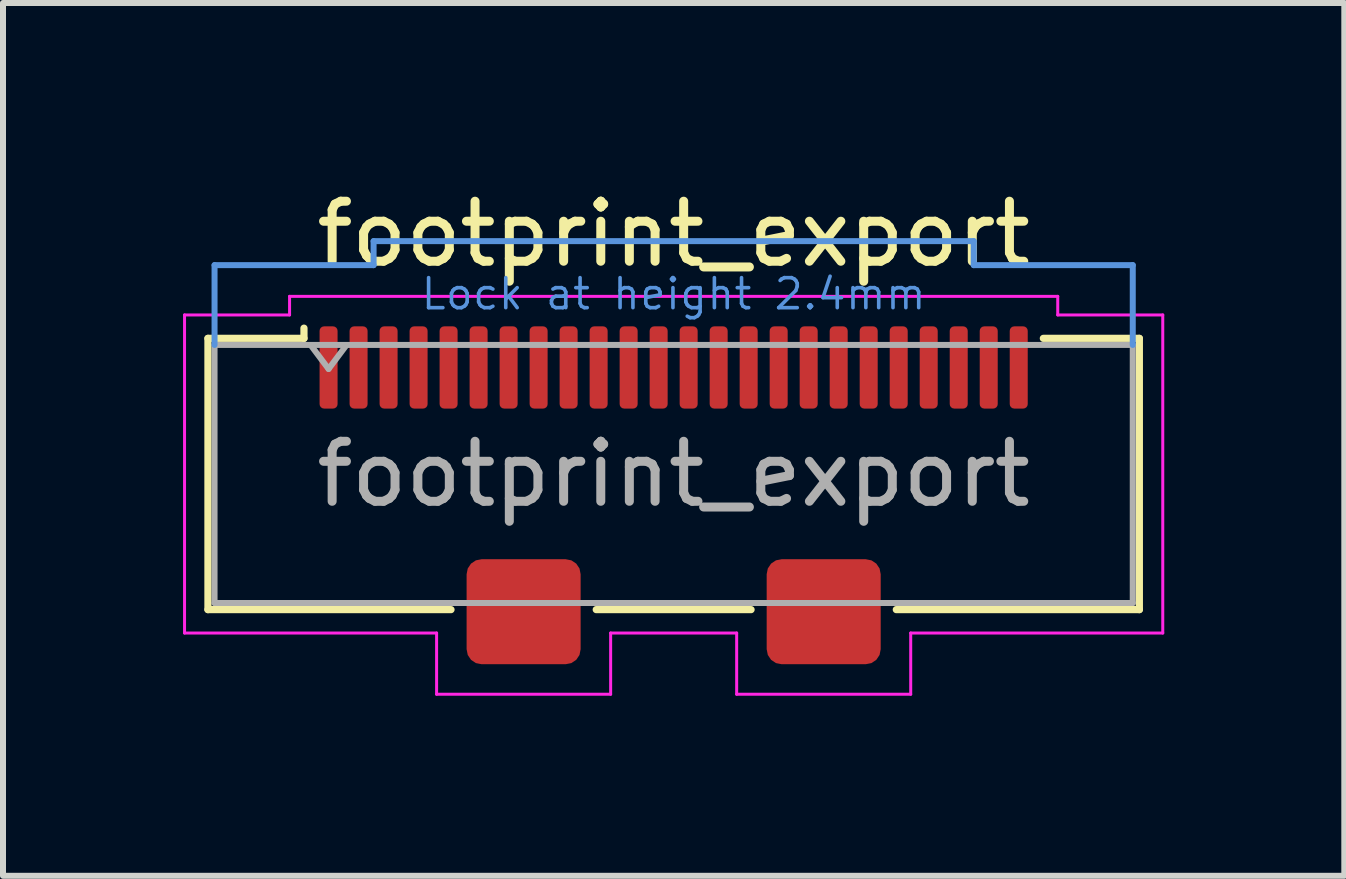
<source format=kicad_pcb>
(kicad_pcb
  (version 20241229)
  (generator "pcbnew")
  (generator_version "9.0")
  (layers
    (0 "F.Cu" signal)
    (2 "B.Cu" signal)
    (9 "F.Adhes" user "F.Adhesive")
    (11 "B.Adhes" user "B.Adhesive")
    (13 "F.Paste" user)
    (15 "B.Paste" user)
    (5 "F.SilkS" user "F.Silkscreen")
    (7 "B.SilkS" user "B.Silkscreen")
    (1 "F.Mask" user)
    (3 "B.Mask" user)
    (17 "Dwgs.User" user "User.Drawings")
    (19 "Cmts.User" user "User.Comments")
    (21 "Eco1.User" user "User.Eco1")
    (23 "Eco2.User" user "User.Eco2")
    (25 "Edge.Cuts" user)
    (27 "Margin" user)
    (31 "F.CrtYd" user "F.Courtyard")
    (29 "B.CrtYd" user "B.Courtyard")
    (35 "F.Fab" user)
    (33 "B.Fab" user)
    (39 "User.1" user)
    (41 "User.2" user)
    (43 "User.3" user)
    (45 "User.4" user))
  (footprint "footprint_export"
    (layer "F.Cu")
    (at 8.175 4.118)
    (property "Reference" "footprint_export" (at 0 -3.27 0) (layer "F.SilkS") (effects (font (size 1 1) (thickness 0.15))))
    (attr smd)
    (fp_line (start -7.76 2.99) (end -7.76 -1.53) (stroke (width 0.12) (type solid)) (layer "F.SilkS"))
    (fp_line (start -6.16 -1.53) (end -7.76 -1.53) (stroke (width 0.12) (type solid)) (layer "F.SilkS"))
    (fp_line (start -6.16 -1.53) (end -6.16 -1.7) (stroke (width 0.12) (type solid)) (layer "F.SilkS"))
    (fp_line (start -3.71 2.99) (end -7.76 2.99) (stroke (width 0.12) (type solid)) (layer "F.SilkS"))
    (fp_line (start -1.29 2.99) (end 1.29 2.99) (stroke (width 0.12) (type solid)) (layer "F.SilkS"))
    (fp_line (start 3.71 2.99) (end 7.76 2.99) (stroke (width 0.12) (type solid)) (layer "F.SilkS"))
    (fp_line (start 6.16 -1.53) (end 7.76 -1.53) (stroke (width 0.12) (type solid)) (layer "F.SilkS"))
    (fp_line (start 7.76 2.99) (end 7.76 -1.53) (stroke (width 0.12) (type solid)) (layer "F.SilkS"))
    (fp_line (start -7.65 -2.75) (end -7.65 -1.42) (stroke (width 0.1) (type solid)) (layer "Cmts.User"))
    (fp_line (start -5 -3.15) (end -5 -2.75) (stroke (width 0.1) (type solid)) (layer "Cmts.User"))
    (fp_line (start -5 -3.15) (end 5 -3.15) (stroke (width 0.1) (type solid)) (layer "Cmts.User"))
    (fp_line (start -5 -2.75) (end -7.65 -2.75) (stroke (width 0.1) (type solid)) (layer "Cmts.User"))
    (fp_line (start 5 -3.15) (end 5 -2.75) (stroke (width 0.1) (type solid)) (layer "Cmts.User"))
    (fp_line (start 5 -2.75) (end 7.65 -2.75) (stroke (width 0.1) (type solid)) (layer "Cmts.User"))
    (fp_line (start 7.65 -2.75) (end 7.65 -1.42) (stroke (width 0.1) (type solid)) (layer "Cmts.User"))
    (fp_line (start -8.15 -1.92) (end -6.4 -1.92) (stroke (width 0.05) (type solid)) (layer "F.CrtYd"))
    (fp_line (start -8.15 3.38) (end -8.15 -1.92) (stroke (width 0.05) (type solid)) (layer "F.CrtYd"))
    (fp_line (start -6.4 -1.92) (end -6.4 -2.23) (stroke (width 0.05) (type solid)) (layer "F.CrtYd"))
    (fp_line (start -3.95 3.38) (end -8.15 3.38) (stroke (width 0.05) (type solid)) (layer "F.CrtYd"))
    (fp_line (start -3.95 3.38) (end -3.95 4.4) (stroke (width 0.05) (type solid)) (layer "F.CrtYd"))
    (fp_line (start -1.05 3.38) (end -1.05 4.4) (stroke (width 0.05) (type solid)) (layer "F.CrtYd"))
    (fp_line (start -1.05 4.4) (end -3.95 4.4) (stroke (width 0.05) (type solid)) (layer "F.CrtYd"))
    (fp_line (start 1.05 3.38) (end -1.05 3.38) (stroke (width 0.05) (type solid)) (layer "F.CrtYd"))
    (fp_line (start 1.05 3.38) (end 1.05 4.4) (stroke (width 0.05) (type solid)) (layer "F.CrtYd"))
    (fp_line (start 1.05 4.4) (end 3.95 4.4) (stroke (width 0.05) (type solid)) (layer "F.CrtYd"))
    (fp_line (start 3.95 3.38) (end 3.95 4.4) (stroke (width 0.05) (type solid)) (layer "F.CrtYd"))
    (fp_line (start 3.95 3.38) (end 8.15 3.38) (stroke (width 0.05) (type solid)) (layer "F.CrtYd"))
    (fp_line (start 6.4 -2.23) (end -6.4 -2.23) (stroke (width 0.05) (type solid)) (layer "F.CrtYd"))
    (fp_line (start 6.4 -1.92) (end 6.4 -2.23) (stroke (width 0.05) (type solid)) (layer "F.CrtYd"))
    (fp_line (start 8.15 -1.92) (end 6.4 -1.92) (stroke (width 0.05) (type solid)) (layer "F.CrtYd"))
    (fp_line (start 8.15 3.38) (end 8.15 -1.92) (stroke (width 0.05) (type solid)) (layer "F.CrtYd"))
    (fp_line (start -7.65 -1.42) (end -7.65 2.88) (stroke (width 0.1) (type solid)) (layer "F.Fab"))
    (fp_line (start -7.65 -1.42) (end 7.65 -1.42) (stroke (width 0.1) (type solid)) (layer "F.Fab"))
    (fp_line (start -7.65 2.88) (end 7.65 2.88) (stroke (width 0.1) (type solid)) (layer "F.Fab"))
    (fp_line (start -6.05 -1.42) (end -5.75 -1.02) (stroke (width 0.1) (type solid)) (layer "F.Fab"))
    (fp_line (start -5.75 -1.02) (end -5.45 -1.42) (stroke (width 0.1) (type solid)) (layer "F.Fab"))
    (fp_line (start 7.65 -1.42) (end 7.65 2.88) (stroke (width 0.1) (type solid)) (layer "F.Fab"))
    (fp_text user "Lock at height 2.4mm" (at 0 -2.27 0) (layer "Cmts.User") (effects (font (size 0.5 0.5) (thickness 0.06))))
    (fp_text user "${REFERENCE}" (at 0 0.73 0) (layer "F.Fab") (effects (font (size 1 1) (thickness 0.15))))
    (pad "1" smd roundrect (at -5.75 -1.045) (size 0.3 1.37) (layers "F.Cu" "F.Mask" "F.Paste") (roundrect_rratio 0.25))
    (pad "2" smd roundrect (at -5.25 -1.045) (size 0.3 1.37) (layers "F.Cu" "F.Mask" "F.Paste") (roundrect_rratio 0.25))
    (pad "3" smd roundrect (at -4.75 -1.045) (size 0.3 1.37) (layers "F.Cu" "F.Mask" "F.Paste") (roundrect_rratio 0.25))
    (pad "4" smd roundrect (at -4.25 -1.045) (size 0.3 1.37) (layers "F.Cu" "F.Mask" "F.Paste") (roundrect_rratio 0.25))
    (pad "5" smd roundrect (at -3.75 -1.045) (size 0.3 1.37) (layers "F.Cu" "F.Mask" "F.Paste") (roundrect_rratio 0.25))
    (pad "6" smd roundrect (at -3.25 -1.045) (size 0.3 1.37) (layers "F.Cu" "F.Mask" "F.Paste") (roundrect_rratio 0.25))
    (pad "7" smd roundrect (at -2.75 -1.045) (size 0.3 1.37) (layers "F.Cu" "F.Mask" "F.Paste") (roundrect_rratio 0.25))
    (pad "8" smd roundrect (at -2.25 -1.045) (size 0.3 1.37) (layers "F.Cu" "F.Mask" "F.Paste") (roundrect_rratio 0.25))
    (pad "9" smd roundrect (at -1.75 -1.045) (size 0.3 1.37) (layers "F.Cu" "F.Mask" "F.Paste") (roundrect_rratio 0.25))
    (pad "10" smd roundrect (at -1.25 -1.045) (size 0.3 1.37) (layers "F.Cu" "F.Mask" "F.Paste") (roundrect_rratio 0.25))
    (pad "11" smd roundrect (at -0.75 -1.045) (size 0.3 1.37) (layers "F.Cu" "F.Mask" "F.Paste") (roundrect_rratio 0.25))
    (pad "12" smd roundrect (at -0.25 -1.045) (size 0.3 1.37) (layers "F.Cu" "F.Mask" "F.Paste") (roundrect_rratio 0.25))
    (pad "13" smd roundrect (at 0.25 -1.045) (size 0.3 1.37) (layers "F.Cu" "F.Mask" "F.Paste") (roundrect_rratio 0.25))
    (pad "14" smd roundrect (at 0.75 -1.045) (size 0.3 1.37) (layers "F.Cu" "F.Mask" "F.Paste") (roundrect_rratio 0.25))
    (pad "15" smd roundrect (at 1.25 -1.045) (size 0.3 1.37) (layers "F.Cu" "F.Mask" "F.Paste") (roundrect_rratio 0.25))
    (pad "16" smd roundrect (at 1.75 -1.045) (size 0.3 1.37) (layers "F.Cu" "F.Mask" "F.Paste") (roundrect_rratio 0.25))
    (pad "17" smd roundrect (at 2.25 -1.045) (size 0.3 1.37) (layers "F.Cu" "F.Mask" "F.Paste") (roundrect_rratio 0.25))
    (pad "18" smd roundrect (at 2.75 -1.045) (size 0.3 1.37) (layers "F.Cu" "F.Mask" "F.Paste") (roundrect_rratio 0.25))
    (pad "19" smd roundrect (at 3.25 -1.045) (size 0.3 1.37) (layers "F.Cu" "F.Mask" "F.Paste") (roundrect_rratio 0.25))
    (pad "20" smd roundrect (at 3.75 -1.045) (size 0.3 1.37) (layers "F.Cu" "F.Mask" "F.Paste") (roundrect_rratio 0.25))
    (pad "21" smd roundrect (at 4.25 -1.045) (size 0.3 1.37) (layers "F.Cu" "F.Mask" "F.Paste") (roundrect_rratio 0.25))
    (pad "22" smd roundrect (at 4.75 -1.045) (size 0.3 1.37) (layers "F.Cu" "F.Mask" "F.Paste") (roundrect_rratio 0.25))
    (pad "23" smd roundrect (at 5.25 -1.045) (size 0.3 1.37) (layers "F.Cu" "F.Mask" "F.Paste") (roundrect_rratio 0.25))
    (pad "24" smd roundrect (at 5.75 -1.045) (size 0.3 1.37) (layers "F.Cu" "F.Mask" "F.Paste") (roundrect_rratio 0.25))
    (pad "SH" smd roundrect (at -2.5 3.025) (size 1.9 1.75) (layers "F.Cu" "F.Mask" "F.Paste") (roundrect_rratio 0.143))
    (pad "SH" smd roundrect (at 2.5 3.025) (size 1.9 1.75) (layers "F.Cu" "F.Mask" "F.Paste") (roundrect_rratio 0.143)))
  (gr_rect
    (start -3 -3)
    (end 19.35 11.543)
    (stroke (width 0.1) (type default))
    (fill no)
    (layer "Edge.Cuts")))
</source>
